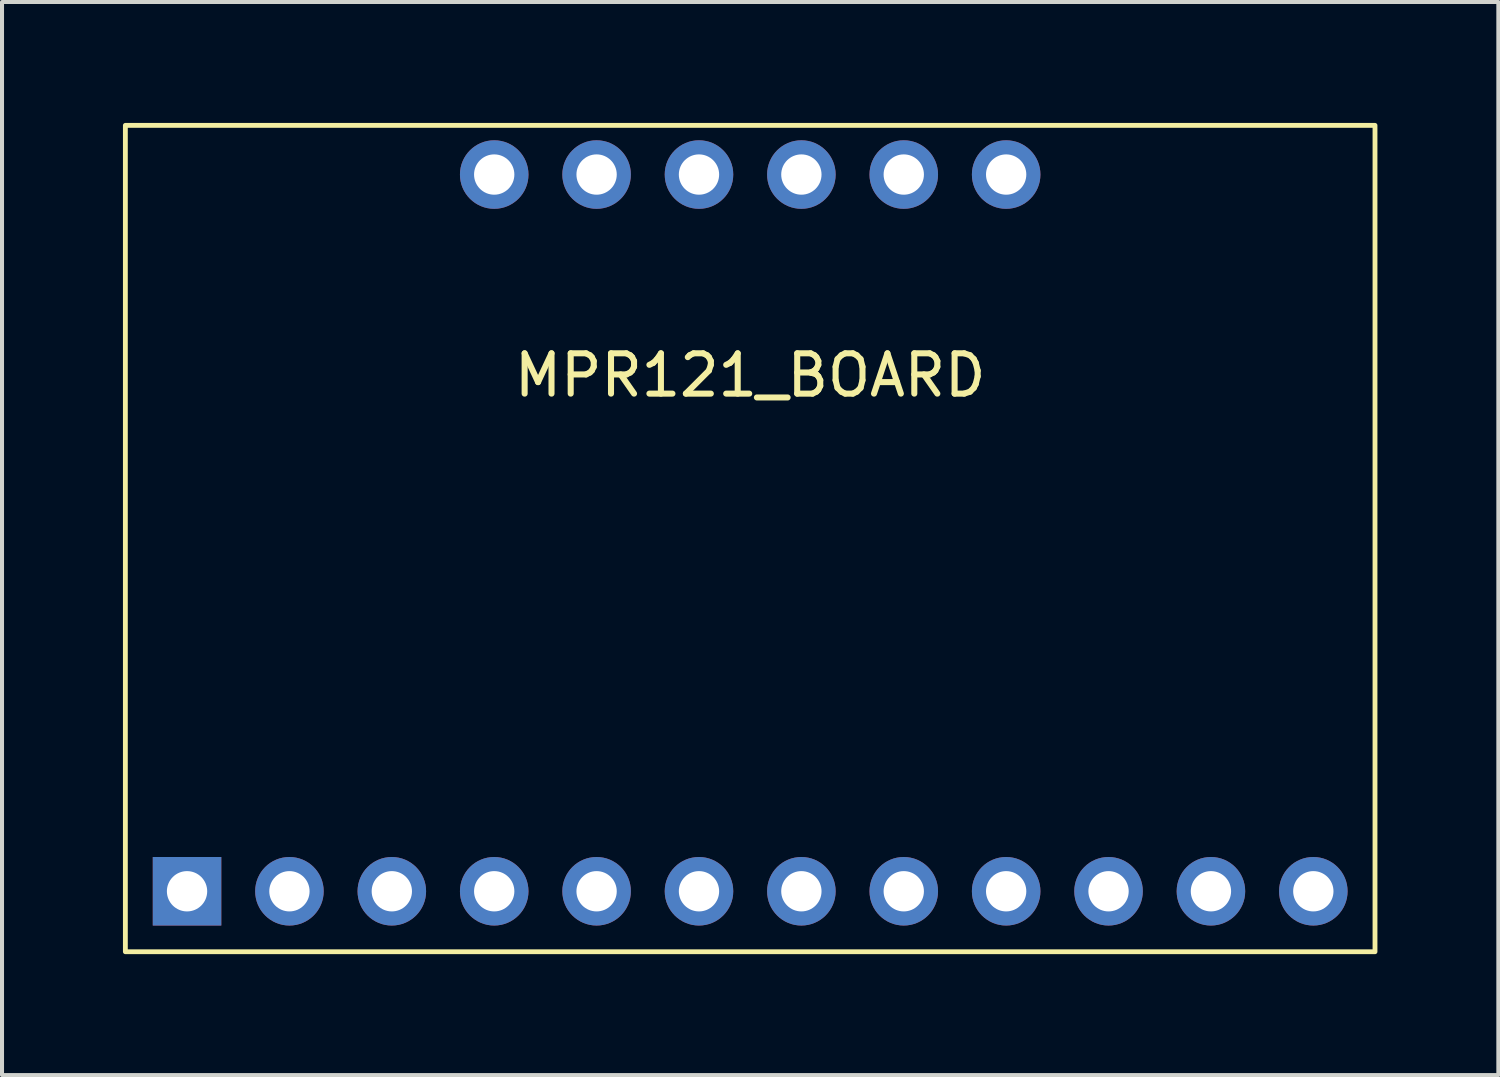
<source format=kicad_pcb>
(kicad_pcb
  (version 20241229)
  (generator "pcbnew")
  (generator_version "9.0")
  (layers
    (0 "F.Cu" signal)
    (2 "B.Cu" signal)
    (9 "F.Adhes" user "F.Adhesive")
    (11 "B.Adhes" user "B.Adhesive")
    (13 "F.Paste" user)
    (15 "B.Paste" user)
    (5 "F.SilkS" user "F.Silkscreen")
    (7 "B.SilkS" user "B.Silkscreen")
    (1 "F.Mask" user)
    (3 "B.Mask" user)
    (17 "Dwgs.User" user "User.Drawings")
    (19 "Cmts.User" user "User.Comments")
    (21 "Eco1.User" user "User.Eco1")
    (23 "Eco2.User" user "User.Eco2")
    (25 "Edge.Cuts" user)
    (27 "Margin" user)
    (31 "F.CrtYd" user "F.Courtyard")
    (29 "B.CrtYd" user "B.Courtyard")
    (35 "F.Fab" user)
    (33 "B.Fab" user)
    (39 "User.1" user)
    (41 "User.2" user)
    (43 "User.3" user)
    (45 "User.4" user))
  (footprint "MPR121_BOARD"
    (layer "F.Cu")
    (at 15.56 19.06)
    (property "Reference" "MPR121_BOARD" (at 0 -12.8 0) (layer "F.SilkS") (effects (font (size 1 1) (thickness 0.15))))
    (attr through_hole)
    (fp_rect (start -15.5 -19) (end 15.5 1.5) (stroke (width 0.12) (type solid)) (fill no) (layer "F.SilkS"))
    (pad "1" thru_hole oval (at 3.81 -17.78 90) (size 1.7 1.7) (drill 1) (layers "*.Cu" "*.Mask"))
    (pad "2" thru_hole oval (at 1.27 -17.78 90) (size 1.7 1.7) (drill 1) (layers "*.Cu" "*.Mask"))
    (pad "3" thru_hole oval (at -1.27 -17.78 90) (size 1.7 1.7) (drill 1) (layers "*.Cu" "*.Mask"))
    (pad "4" thru_hole oval (at -3.81 -17.78 90) (size 1.7 1.7) (drill 1) (layers "*.Cu" "*.Mask"))
    (pad "6" thru_hole oval (at -6.35 -17.78 90) (size 1.7 1.7) (drill 1) (layers "*.Cu" "*.Mask"))
    (pad "8" thru_hole rect (at -13.97 0 90) (size 1.7 1.7) (drill 1) (layers "*.Cu" "*.Mask"))
    (pad "9" thru_hole oval (at -11.43 0 90) (size 1.7 1.7) (drill 1) (layers "*.Cu" "*.Mask"))
    (pad "10" thru_hole oval (at -8.89 0 90) (size 1.7 1.7) (drill 1) (layers "*.Cu" "*.Mask"))
    (pad "11" thru_hole oval (at -6.35 0 90) (size 1.7 1.7) (drill 1) (layers "*.Cu" "*.Mask"))
    (pad "12" thru_hole oval (at -3.81 0 90) (size 1.7 1.7) (drill 1) (layers "*.Cu" "*.Mask"))
    (pad "13" thru_hole oval (at -1.27 0 90) (size 1.7 1.7) (drill 1) (layers "*.Cu" "*.Mask"))
    (pad "14" thru_hole oval (at 1.27 0 90) (size 1.7 1.7) (drill 1) (layers "*.Cu" "*.Mask"))
    (pad "15" thru_hole oval (at 3.81 0 90) (size 1.7 1.7) (drill 1) (layers "*.Cu" "*.Mask"))
    (pad "16" thru_hole oval (at 6.35 0 90) (size 1.7 1.7) (drill 1) (layers "*.Cu" "*.Mask"))
    (pad "17" thru_hole oval (at 8.89 0 90) (size 1.7 1.7) (drill 1) (layers "*.Cu" "*.Mask"))
    (pad "18" thru_hole oval (at 11.43 0 90) (size 1.7 1.7) (drill 1) (layers "*.Cu" "*.Mask"))
    (pad "19" thru_hole oval (at 13.97 0 90) (size 1.7 1.7) (drill 1) (layers "*.Cu" "*.Mask"))
    (pad "20" thru_hole oval (at 6.35 -17.78 90) (size 1.7 1.7) (drill 1) (layers "*.Cu" "*.Mask")))
  (gr_rect
    (start -3 -3)
    (end 34.12 23.62)
    (stroke (width 0.1) (type default))
    (fill no)
    (layer "Edge.Cuts")))
</source>
